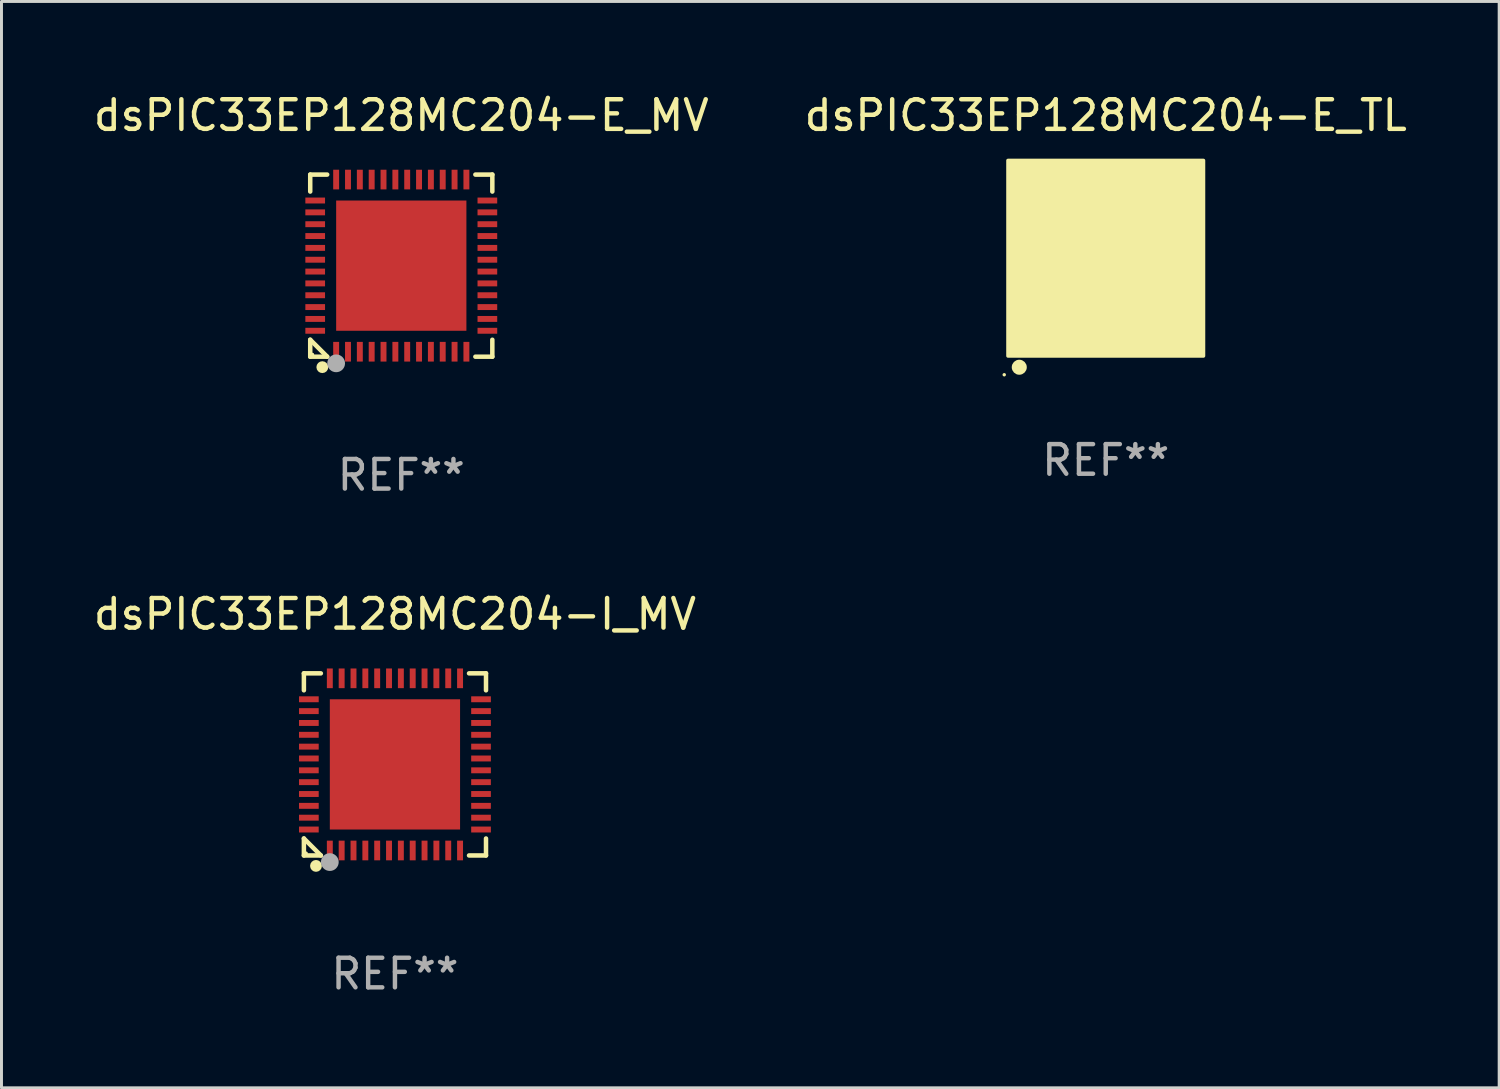
<source format=kicad_pcb>
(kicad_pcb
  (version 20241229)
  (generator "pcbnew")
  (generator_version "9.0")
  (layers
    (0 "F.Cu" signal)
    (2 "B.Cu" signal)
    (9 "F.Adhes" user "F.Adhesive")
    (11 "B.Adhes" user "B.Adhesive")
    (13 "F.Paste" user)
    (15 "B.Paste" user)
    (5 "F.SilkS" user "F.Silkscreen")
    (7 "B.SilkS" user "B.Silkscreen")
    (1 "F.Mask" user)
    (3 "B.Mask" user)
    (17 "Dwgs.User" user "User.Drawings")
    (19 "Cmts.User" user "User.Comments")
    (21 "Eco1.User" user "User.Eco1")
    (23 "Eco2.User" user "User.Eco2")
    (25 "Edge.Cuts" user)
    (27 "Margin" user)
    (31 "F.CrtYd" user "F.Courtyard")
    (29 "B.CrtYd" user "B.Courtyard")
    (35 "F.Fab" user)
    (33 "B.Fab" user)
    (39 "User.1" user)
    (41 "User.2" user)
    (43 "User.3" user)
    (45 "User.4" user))
  (footprint "dsPIC33EP128MC204-E_MV"
    (layer "F.Cu")
    (at 10.506 5.924)
    (property "Reference" "dsPIC33EP128MC204-E_MV" (at 0 -5.076 0) (layer "F.SilkS") (effects (font (size 1 1) (thickness 0.15))))
    (attr through_hole)
    (fp_line (start -3.076 -3.076) (end -2.503 -3.076) (stroke (width 0.152) (type solid)) (layer "F.SilkS"))
    (fp_line (start -3.076 -2.503) (end -3.076 -3.076) (stroke (width 0.152) (type solid)) (layer "F.SilkS"))
    (fp_line (start -3.076 2.503) (end -3.076 3.076) (stroke (width 0.152) (type solid)) (layer "F.SilkS"))
    (fp_line (start -3.076 2.503) (end -2.503 3.076) (stroke (width 0.152) (type solid)) (layer "F.SilkS"))
    (fp_line (start -3.076 3.076) (end -2.503 3.076) (stroke (width 0.152) (type solid)) (layer "F.SilkS"))
    (fp_line (start 3.076 -3.076) (end 2.503 -3.076) (stroke (width 0.152) (type solid)) (layer "F.SilkS"))
    (fp_line (start 3.076 -2.503) (end 3.076 -3.076) (stroke (width 0.152) (type solid)) (layer "F.SilkS"))
    (fp_line (start 3.076 2.503) (end 3.076 3.076) (stroke (width 0.152) (type solid)) (layer "F.SilkS"))
    (fp_line (start 3.076 3.076) (end 2.503 3.076) (stroke (width 0.152) (type solid)) (layer "F.SilkS"))
    (fp_circle (center -3 3) (end -2.97 3) (stroke (width 0.06) (type solid)) (fill no) (layer "F.SilkS"))
    (fp_circle (center -2.667 3.429) (end -2.567 3.429) (stroke (width 0.2) (type solid)) (fill no) (layer "F.SilkS"))
    (fp_circle (center -2.2 3.3) (end -2.05 3.3) (stroke (width 0.3) (type solid)) (fill no) (layer "F.Fab"))
    (fp_text user "REF**" (at 0 7.076 0) (layer "F.Fab") (effects (font (size 1 1) (thickness 0.15))))
    (pad "1" smd rect (at -2.2 2.908) (size 0.2 0.665) (layers "F.Cu" "F.Mask" "F.Paste"))
    (pad "2" smd rect (at -1.8 2.908) (size 0.2 0.665) (layers "F.Cu" "F.Mask" "F.Paste"))
    (pad "3" smd rect (at -1.4 2.908) (size 0.2 0.665) (layers "F.Cu" "F.Mask" "F.Paste"))
    (pad "4" smd rect (at -1 2.908) (size 0.2 0.665) (layers "F.Cu" "F.Mask" "F.Paste"))
    (pad "5" smd rect (at -0.6 2.908) (size 0.2 0.665) (layers "F.Cu" "F.Mask" "F.Paste"))
    (pad "6" smd rect (at -0.2 2.908) (size 0.2 0.665) (layers "F.Cu" "F.Mask" "F.Paste"))
    (pad "7" smd rect (at 0.2 2.908) (size 0.2 0.665) (layers "F.Cu" "F.Mask" "F.Paste"))
    (pad "8" smd rect (at 0.6 2.908) (size 0.2 0.665) (layers "F.Cu" "F.Mask" "F.Paste"))
    (pad "9" smd rect (at 1 2.908) (size 0.2 0.665) (layers "F.Cu" "F.Mask" "F.Paste"))
    (pad "10" smd rect (at 1.4 2.908) (size 0.2 0.665) (layers "F.Cu" "F.Mask" "F.Paste"))
    (pad "11" smd rect (at 1.8 2.908) (size 0.2 0.665) (layers "F.Cu" "F.Mask" "F.Paste"))
    (pad "12" smd rect (at 2.2 2.908) (size 0.2 0.665) (layers "F.Cu" "F.Mask" "F.Paste"))
    (pad "13" smd rect (at 2.908 2.2) (size 0.665 0.2) (layers "F.Cu" "F.Mask" "F.Paste"))
    (pad "14" smd rect (at 2.908 1.8) (size 0.665 0.2) (layers "F.Cu" "F.Mask" "F.Paste"))
    (pad "15" smd rect (at 2.908 1.4) (size 0.665 0.2) (layers "F.Cu" "F.Mask" "F.Paste"))
    (pad "16" smd rect (at 2.908 1) (size 0.665 0.2) (layers "F.Cu" "F.Mask" "F.Paste"))
    (pad "17" smd rect (at 2.908 0.6) (size 0.665 0.2) (layers "F.Cu" "F.Mask" "F.Paste"))
    (pad "18" smd rect (at 2.908 0.2) (size 0.665 0.2) (layers "F.Cu" "F.Mask" "F.Paste"))
    (pad "19" smd rect (at 2.908 -0.2) (size 0.665 0.2) (layers "F.Cu" "F.Mask" "F.Paste"))
    (pad "20" smd rect (at 2.908 -0.6) (size 0.665 0.2) (layers "F.Cu" "F.Mask" "F.Paste"))
    (pad "21" smd rect (at 2.908 -1) (size 0.665 0.2) (layers "F.Cu" "F.Mask" "F.Paste"))
    (pad "22" smd rect (at 2.908 -1.4) (size 0.665 0.2) (layers "F.Cu" "F.Mask" "F.Paste"))
    (pad "23" smd rect (at 2.908 -1.8) (size 0.665 0.2) (layers "F.Cu" "F.Mask" "F.Paste"))
    (pad "24" smd rect (at 2.908 -2.2) (size 0.665 0.2) (layers "F.Cu" "F.Mask" "F.Paste"))
    (pad "25" smd rect (at 2.2 -2.908) (size 0.2 0.665) (layers "F.Cu" "F.Mask" "F.Paste"))
    (pad "26" smd rect (at 1.8 -2.908) (size 0.2 0.665) (layers "F.Cu" "F.Mask" "F.Paste"))
    (pad "27" smd rect (at 1.4 -2.908) (size 0.2 0.665) (layers "F.Cu" "F.Mask" "F.Paste"))
    (pad "28" smd rect (at 1 -2.908) (size 0.2 0.665) (layers "F.Cu" "F.Mask" "F.Paste"))
    (pad "29" smd rect (at 0.6 -2.908) (size 0.2 0.665) (layers "F.Cu" "F.Mask" "F.Paste"))
    (pad "30" smd rect (at 0.2 -2.908) (size 0.2 0.665) (layers "F.Cu" "F.Mask" "F.Paste"))
    (pad "31" smd rect (at -0.2 -2.908) (size 0.2 0.665) (layers "F.Cu" "F.Mask" "F.Paste"))
    (pad "32" smd rect (at -0.6 -2.908) (size 0.2 0.665) (layers "F.Cu" "F.Mask" "F.Paste"))
    (pad "33" smd rect (at -1 -2.908) (size 0.2 0.665) (layers "F.Cu" "F.Mask" "F.Paste"))
    (pad "34" smd rect (at -1.4 -2.908) (size 0.2 0.665) (layers "F.Cu" "F.Mask" "F.Paste"))
    (pad "35" smd rect (at -1.8 -2.908) (size 0.2 0.665) (layers "F.Cu" "F.Mask" "F.Paste"))
    (pad "36" smd rect (at -2.2 -2.908) (size 0.2 0.665) (layers "F.Cu" "F.Mask" "F.Paste"))
    (pad "37" smd rect (at -2.908 -2.2) (size 0.665 0.2) (layers "F.Cu" "F.Mask" "F.Paste"))
    (pad "38" smd rect (at -2.908 -1.8) (size 0.665 0.2) (layers "F.Cu" "F.Mask" "F.Paste"))
    (pad "39" smd rect (at -2.908 -1.4) (size 0.665 0.2) (layers "F.Cu" "F.Mask" "F.Paste"))
    (pad "40" smd rect (at -2.908 -1) (size 0.665 0.2) (layers "F.Cu" "F.Mask" "F.Paste"))
    (pad "41" smd rect (at -2.908 -0.6) (size 0.665 0.2) (layers "F.Cu" "F.Mask" "F.Paste"))
    (pad "42" smd rect (at -2.908 -0.2) (size 0.665 0.2) (layers "F.Cu" "F.Mask" "F.Paste"))
    (pad "43" smd rect (at -2.908 0.2) (size 0.665 0.2) (layers "F.Cu" "F.Mask" "F.Paste"))
    (pad "44" smd rect (at -2.908 0.6) (size 0.665 0.2) (layers "F.Cu" "F.Mask" "F.Paste"))
    (pad "45" smd rect (at -2.908 1) (size 0.665 0.2) (layers "F.Cu" "F.Mask" "F.Paste"))
    (pad "46" smd rect (at -2.908 1.4) (size 0.665 0.2) (layers "F.Cu" "F.Mask" "F.Paste"))
    (pad "47" smd rect (at -2.908 1.8) (size 0.665 0.2) (layers "F.Cu" "F.Mask" "F.Paste"))
    (pad "48" smd rect (at -2.908 2.2) (size 0.665 0.2) (layers "F.Cu" "F.Mask" "F.Paste"))
    (pad "49" smd rect (at 0 0) (size 4.4 4.4) (layers "F.Cu" "F.Mask" "F.Paste")))
  (footprint "dsPIC33EP128MC204-I_MV"
    (layer "F.Cu")
    (at 10.292 22.773)
    (property "Reference" "dsPIC33EP128MC204-I_MV" (at 0 -5.076 0) (layer "F.SilkS") (effects (font (size 1 1) (thickness 0.15))))
    (attr through_hole)
    (fp_line (start -3.076 -3.076) (end -2.503 -3.076) (stroke (width 0.152) (type solid)) (layer "F.SilkS"))
    (fp_line (start -3.076 -2.503) (end -3.076 -3.076) (stroke (width 0.152) (type solid)) (layer "F.SilkS"))
    (fp_line (start -3.076 2.503) (end -3.076 3.076) (stroke (width 0.152) (type solid)) (layer "F.SilkS"))
    (fp_line (start -3.076 2.503) (end -2.503 3.076) (stroke (width 0.152) (type solid)) (layer "F.SilkS"))
    (fp_line (start -3.076 3.076) (end -2.503 3.076) (stroke (width 0.152) (type solid)) (layer "F.SilkS"))
    (fp_line (start 3.076 -3.076) (end 2.503 -3.076) (stroke (width 0.152) (type solid)) (layer "F.SilkS"))
    (fp_line (start 3.076 -2.503) (end 3.076 -3.076) (stroke (width 0.152) (type solid)) (layer "F.SilkS"))
    (fp_line (start 3.076 2.503) (end 3.076 3.076) (stroke (width 0.152) (type solid)) (layer "F.SilkS"))
    (fp_line (start 3.076 3.076) (end 2.503 3.076) (stroke (width 0.152) (type solid)) (layer "F.SilkS"))
    (fp_circle (center -3 3) (end -2.97 3) (stroke (width 0.06) (type solid)) (fill no) (layer "F.SilkS"))
    (fp_circle (center -2.667 3.429) (end -2.567 3.429) (stroke (width 0.2) (type solid)) (fill no) (layer "F.SilkS"))
    (fp_circle (center -2.2 3.3) (end -2.05 3.3) (stroke (width 0.3) (type solid)) (fill no) (layer "F.Fab"))
    (fp_text user "REF**" (at 0 7.076 0) (layer "F.Fab") (effects (font (size 1 1) (thickness 0.15))))
    (pad "1" smd rect (at -2.2 2.908) (size 0.2 0.665) (layers "F.Cu" "F.Mask" "F.Paste"))
    (pad "2" smd rect (at -1.8 2.908) (size 0.2 0.665) (layers "F.Cu" "F.Mask" "F.Paste"))
    (pad "3" smd rect (at -1.4 2.908) (size 0.2 0.665) (layers "F.Cu" "F.Mask" "F.Paste"))
    (pad "4" smd rect (at -1 2.908) (size 0.2 0.665) (layers "F.Cu" "F.Mask" "F.Paste"))
    (pad "5" smd rect (at -0.6 2.908) (size 0.2 0.665) (layers "F.Cu" "F.Mask" "F.Paste"))
    (pad "6" smd rect (at -0.2 2.908) (size 0.2 0.665) (layers "F.Cu" "F.Mask" "F.Paste"))
    (pad "7" smd rect (at 0.2 2.908) (size 0.2 0.665) (layers "F.Cu" "F.Mask" "F.Paste"))
    (pad "8" smd rect (at 0.6 2.908) (size 0.2 0.665) (layers "F.Cu" "F.Mask" "F.Paste"))
    (pad "9" smd rect (at 1 2.908) (size 0.2 0.665) (layers "F.Cu" "F.Mask" "F.Paste"))
    (pad "10" smd rect (at 1.4 2.908) (size 0.2 0.665) (layers "F.Cu" "F.Mask" "F.Paste"))
    (pad "11" smd rect (at 1.8 2.908) (size 0.2 0.665) (layers "F.Cu" "F.Mask" "F.Paste"))
    (pad "12" smd rect (at 2.2 2.908) (size 0.2 0.665) (layers "F.Cu" "F.Mask" "F.Paste"))
    (pad "13" smd rect (at 2.908 2.2) (size 0.665 0.2) (layers "F.Cu" "F.Mask" "F.Paste"))
    (pad "14" smd rect (at 2.908 1.8) (size 0.665 0.2) (layers "F.Cu" "F.Mask" "F.Paste"))
    (pad "15" smd rect (at 2.908 1.4) (size 0.665 0.2) (layers "F.Cu" "F.Mask" "F.Paste"))
    (pad "16" smd rect (at 2.908 1) (size 0.665 0.2) (layers "F.Cu" "F.Mask" "F.Paste"))
    (pad "17" smd rect (at 2.908 0.6) (size 0.665 0.2) (layers "F.Cu" "F.Mask" "F.Paste"))
    (pad "18" smd rect (at 2.908 0.2) (size 0.665 0.2) (layers "F.Cu" "F.Mask" "F.Paste"))
    (pad "19" smd rect (at 2.908 -0.2) (size 0.665 0.2) (layers "F.Cu" "F.Mask" "F.Paste"))
    (pad "20" smd rect (at 2.908 -0.6) (size 0.665 0.2) (layers "F.Cu" "F.Mask" "F.Paste"))
    (pad "21" smd rect (at 2.908 -1) (size 0.665 0.2) (layers "F.Cu" "F.Mask" "F.Paste"))
    (pad "22" smd rect (at 2.908 -1.4) (size 0.665 0.2) (layers "F.Cu" "F.Mask" "F.Paste"))
    (pad "23" smd rect (at 2.908 -1.8) (size 0.665 0.2) (layers "F.Cu" "F.Mask" "F.Paste"))
    (pad "24" smd rect (at 2.908 -2.2) (size 0.665 0.2) (layers "F.Cu" "F.Mask" "F.Paste"))
    (pad "25" smd rect (at 2.2 -2.908) (size 0.2 0.665) (layers "F.Cu" "F.Mask" "F.Paste"))
    (pad "26" smd rect (at 1.8 -2.908) (size 0.2 0.665) (layers "F.Cu" "F.Mask" "F.Paste"))
    (pad "27" smd rect (at 1.4 -2.908) (size 0.2 0.665) (layers "F.Cu" "F.Mask" "F.Paste"))
    (pad "28" smd rect (at 1 -2.908) (size 0.2 0.665) (layers "F.Cu" "F.Mask" "F.Paste"))
    (pad "29" smd rect (at 0.6 -2.908) (size 0.2 0.665) (layers "F.Cu" "F.Mask" "F.Paste"))
    (pad "30" smd rect (at 0.2 -2.908) (size 0.2 0.665) (layers "F.Cu" "F.Mask" "F.Paste"))
    (pad "31" smd rect (at -0.2 -2.908) (size 0.2 0.665) (layers "F.Cu" "F.Mask" "F.Paste"))
    (pad "32" smd rect (at -0.6 -2.908) (size 0.2 0.665) (layers "F.Cu" "F.Mask" "F.Paste"))
    (pad "33" smd rect (at -1 -2.908) (size 0.2 0.665) (layers "F.Cu" "F.Mask" "F.Paste"))
    (pad "34" smd rect (at -1.4 -2.908) (size 0.2 0.665) (layers "F.Cu" "F.Mask" "F.Paste"))
    (pad "35" smd rect (at -1.8 -2.908) (size 0.2 0.665) (layers "F.Cu" "F.Mask" "F.Paste"))
    (pad "36" smd rect (at -2.2 -2.908) (size 0.2 0.665) (layers "F.Cu" "F.Mask" "F.Paste"))
    (pad "37" smd rect (at -2.908 -2.2) (size 0.665 0.2) (layers "F.Cu" "F.Mask" "F.Paste"))
    (pad "38" smd rect (at -2.908 -1.8) (size 0.665 0.2) (layers "F.Cu" "F.Mask" "F.Paste"))
    (pad "39" smd rect (at -2.908 -1.4) (size 0.665 0.2) (layers "F.Cu" "F.Mask" "F.Paste"))
    (pad "40" smd rect (at -2.908 -1) (size 0.665 0.2) (layers "F.Cu" "F.Mask" "F.Paste"))
    (pad "41" smd rect (at -2.908 -0.6) (size 0.665 0.2) (layers "F.Cu" "F.Mask" "F.Paste"))
    (pad "42" smd rect (at -2.908 -0.2) (size 0.665 0.2) (layers "F.Cu" "F.Mask" "F.Paste"))
    (pad "43" smd rect (at -2.908 0.2) (size 0.665 0.2) (layers "F.Cu" "F.Mask" "F.Paste"))
    (pad "44" smd rect (at -2.908 0.6) (size 0.665 0.2) (layers "F.Cu" "F.Mask" "F.Paste"))
    (pad "45" smd rect (at -2.908 1) (size 0.665 0.2) (layers "F.Cu" "F.Mask" "F.Paste"))
    (pad "46" smd rect (at -2.908 1.4) (size 0.665 0.2) (layers "F.Cu" "F.Mask" "F.Paste"))
    (pad "47" smd rect (at -2.908 1.8) (size 0.665 0.2) (layers "F.Cu" "F.Mask" "F.Paste"))
    (pad "48" smd rect (at -2.908 2.2) (size 0.665 0.2) (layers "F.Cu" "F.Mask" "F.Paste"))
    (pad "49" smd rect (at 0 0) (size 4.4 4.4) (layers "F.Cu" "F.Mask" "F.Paste")))
  (footprint "dsPIC33EP128MC204-E_TL"
    (layer "F.Cu")
    (at 34.304 5.673)
    (property "Reference" "dsPIC33EP128MC204-E_TL" (at 0 -4.825 0) (layer "F.SilkS") (effects (font (size 1 1) (thickness 0.15))))
    (attr through_hole)
    (fp_circle (center -3.429 3.937) (end -3.399 3.937) (stroke (width 0.06) (type solid)) (fill no) (layer "F.SilkS"))
    (fp_circle (center -2.921 3.683) (end -2.794 3.683) (stroke (width 0.254) (type solid)) (fill no) (layer "F.SilkS"))
    (fp_poly (pts (xy -3.302 -3.302) (xy 3.302 -3.302) (xy 3.302 3.302) (xy -3.302 3.302)) (stroke (width 0.12) (type solid)) (fill yes) (layer "F.SilkS"))
    (fp_text user "REF**" (at 0 6.825 0) (layer "F.Fab") (effects (font (size 1 1) (thickness 0.15))))
    (pad "1" smd rect (at -2.25 2.825) (size 0.3 0.45) (layers "F.Cu" "F.Mask" "F.Paste"))
    (pad "2" smd rect (at -1.75 2.825) (size 0.3 0.45) (layers "F.Cu" "F.Mask" "F.Paste"))
    (pad "3" smd rect (at -1.25 2.825) (size 0.3 0.45) (layers "F.Cu" "F.Mask" "F.Paste"))
    (pad "4" smd rect (at -0.75 2.825) (size 0.3 0.45) (layers "F.Cu" "F.Mask" "F.Paste"))
    (pad "5" smd rect (at -0.25 2.825) (size 0.3 0.45) (layers "F.Cu" "F.Mask" "F.Paste"))
    (pad "6" smd rect (at 0.25 2.825) (size 0.3 0.45) (layers "F.Cu" "F.Mask" "F.Paste"))
    (pad "7" smd rect (at 0.75 2.825) (size 0.3 0.45) (layers "F.Cu" "F.Mask" "F.Paste"))
    (pad "8" smd rect (at 1.25 2.825) (size 0.3 0.45) (layers "F.Cu" "F.Mask" "F.Paste"))
    (pad "9" smd rect (at 1.75 2.825) (size 0.3 0.45) (layers "F.Cu" "F.Mask" "F.Paste"))
    (pad "10" smd rect (at 2.25 2.825) (size 0.3 0.45) (layers "F.Cu" "F.Mask" "F.Paste"))
    (pad "11" smd rect (at 2.825 2.825 90) (size 0.45 0.45) (layers "F.Cu" "F.Mask" "F.Paste"))
    (pad "12" smd rect (at 2.825 2.25 90) (size 0.3 0.45) (layers "F.Cu" "F.Mask" "F.Paste"))
    (pad "13" smd rect (at 2.825 1.75 90) (size 0.3 0.45) (layers "F.Cu" "F.Mask" "F.Paste"))
    (pad "14" smd rect (at 2.825 1.25 90) (size 0.3 0.45) (layers "F.Cu" "F.Mask" "F.Paste"))
    (pad "15" smd rect (at 2.825 0.75 90) (size 0.3 0.45) (layers "F.Cu" "F.Mask" "F.Paste"))
    (pad "16" smd rect (at 2.825 0.25 90) (size 0.3 0.45) (layers "F.Cu" "F.Mask" "F.Paste"))
    (pad "17" smd rect (at 2.825 -0.25 90) (size 0.3 0.45) (layers "F.Cu" "F.Mask" "F.Paste"))
    (pad "18" smd rect (at 2.825 -0.75 90) (size 0.3 0.45) (layers "F.Cu" "F.Mask" "F.Paste"))
    (pad "19" smd rect (at 2.825 -1.25 90) (size 0.3 0.45) (layers "F.Cu" "F.Mask" "F.Paste"))
    (pad "20" smd rect (at 2.825 -1.75 90) (size 0.3 0.45) (layers "F.Cu" "F.Mask" "F.Paste"))
    (pad "21" smd rect (at 2.825 -2.25 90) (size 0.3 0.45) (layers "F.Cu" "F.Mask" "F.Paste"))
    (pad "22" smd rect (at 2.825 -2.825 90) (size 0.45 0.45) (layers "F.Cu" "F.Mask" "F.Paste"))
    (pad "23" smd rect (at 2.25 -2.825) (size 0.3 0.45) (layers "F.Cu" "F.Mask" "F.Paste"))
    (pad "24" smd rect (at 1.75 -2.825) (size 0.3 0.45) (layers "F.Cu" "F.Mask" "F.Paste"))
    (pad "25" smd rect (at 1.25 -2.825) (size 0.3 0.45) (layers "F.Cu" "F.Mask" "F.Paste"))
    (pad "26" smd rect (at 0.75 -2.825) (size 0.3 0.45) (layers "F.Cu" "F.Mask" "F.Paste"))
    (pad "27" smd rect (at 0.25 -2.825) (size 0.3 0.45) (layers "F.Cu" "F.Mask" "F.Paste"))
    (pad "28" smd rect (at -0.25 -2.825) (size 0.3 0.45) (layers "F.Cu" "F.Mask" "F.Paste"))
    (pad "29" smd rect (at -0.75 -2.825) (size 0.3 0.45) (layers "F.Cu" "F.Mask" "F.Paste"))
    (pad "30" smd rect (at -1.25 -2.825) (size 0.3 0.45) (layers "F.Cu" "F.Mask" "F.Paste"))
    (pad "31" smd rect (at -1.75 -2.825) (size 0.3 0.45) (layers "F.Cu" "F.Mask" "F.Paste"))
    (pad "32" smd rect (at -2.25 -2.825) (size 0.3 0.45) (layers "F.Cu" "F.Mask" "F.Paste"))
    (pad "33" smd rect (at -2.825 -2.825 90) (size 0.45 0.45) (layers "F.Cu" "F.Mask" "F.Paste"))
    (pad "34" smd rect (at -2.825 -2.25 90) (size 0.3 0.45) (layers "F.Cu" "F.Mask" "F.Paste"))
    (pad "35" smd rect (at -2.825 -1.75 90) (size 0.3 0.45) (layers "F.Cu" "F.Mask" "F.Paste"))
    (pad "36" smd rect (at -2.825 -1.25 90) (size 0.3 0.45) (layers "F.Cu" "F.Mask" "F.Paste"))
    (pad "37" smd rect (at -2.825 -0.75 90) (size 0.3 0.45) (layers "F.Cu" "F.Mask" "F.Paste"))
    (pad "38" smd rect (at -2.825 -0.25 90) (size 0.3 0.45) (layers "F.Cu" "F.Mask" "F.Paste"))
    (pad "39" smd rect (at -2.825 0.25 90) (size 0.3 0.45) (layers "F.Cu" "F.Mask" "F.Paste"))
    (pad "40" smd rect (at -2.825 0.75 90) (size 0.3 0.45) (layers "F.Cu" "F.Mask" "F.Paste"))
    (pad "41" smd rect (at -2.825 1.25 90) (size 0.3 0.45) (layers "F.Cu" "F.Mask" "F.Paste"))
    (pad "42" smd rect (at -2.825 1.75 90) (size 0.3 0.45) (layers "F.Cu" "F.Mask" "F.Paste"))
    (pad "43" smd rect (at -2.825 2.25 90) (size 0.3 0.45) (layers "F.Cu" "F.Mask" "F.Paste"))
    (pad "44" smd rect (at -2.825 2.825 90) (size 0.45 0.45) (layers "F.Cu" "F.Mask" "F.Paste"))
    (pad "45" smd rect (at 0 0 90) (size 4.6 4.6) (layers "F.Cu" "F.Mask" "F.Paste")))
  (gr_rect
    (start -3 -3)
    (end 47.595 33.698)
    (stroke (width 0.1) (type default))
    (fill no)
    (layer "Edge.Cuts")))
</source>
